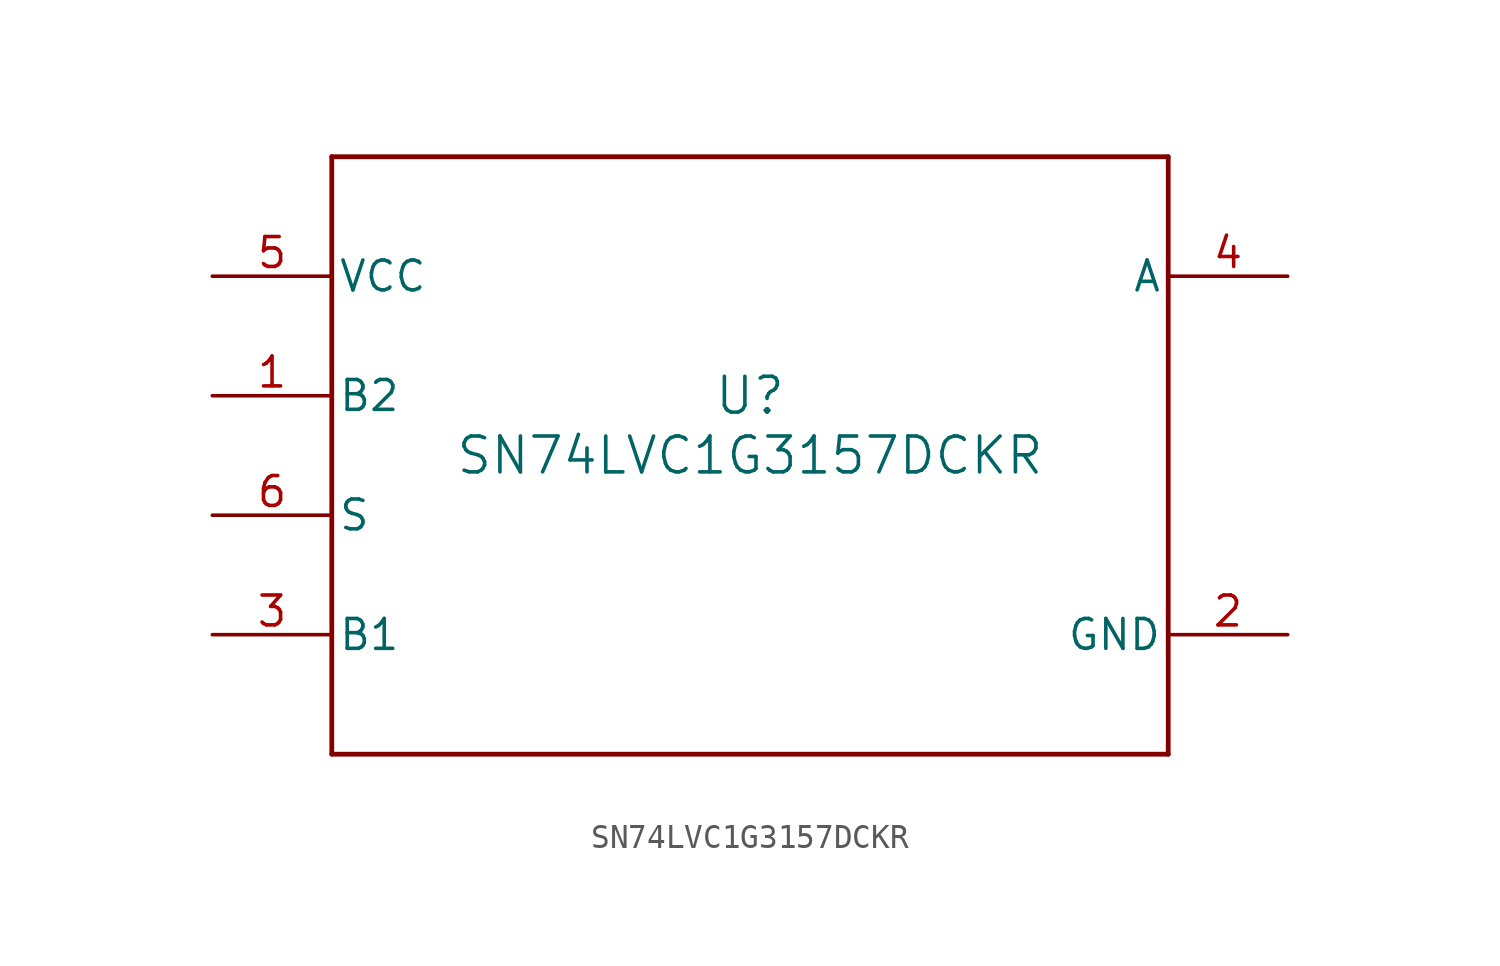
<source format=kicad_sym>
(kicad_symbol_lib
  (version 20241209)
  (generator "kicad_symbol_editor")
  (generator_version "9.0")
  (symbol "SN74LVC1G3157DCKR"
    (pin_names
      (offset 0.254))
    (property "Reference" "U"
      (at 0 2.54 0)
      (effects (font (size 1.524 1.524))))
    (property "Value" "SN74LVC1G3157DCKR"
      (at 0 0 0)
      (effects (font (size 1.524 1.524))))
    (property "ki_locked" ""
      (at 0 0 0)
      (effects (font (size 1.27 1.27))))
    (symbol "SN74LVC1G3157DCKR_0_1"
      (polyline (pts (xy -17.78 12.7) (xy -17.78 -12.7)) (stroke (width 0.203) (type default)) (fill (type none)))
      (polyline (pts (xy -17.78 -12.7) (xy 17.78 -12.7)) (stroke (width 0.203) (type default)) (fill (type none)))
      (polyline (pts (xy 17.78 12.7) (xy -17.78 12.7)) (stroke (width 0.203) (type default)) (fill (type none)))
      (polyline (pts (xy 17.78 -12.7) (xy 17.78 12.7)) (stroke (width 0.203) (type default)) (fill (type none)))
      (pin power_in line (at -22.86 7.62 0) (length 5.08) (name "VCC" (effects (font (size 1.27 1.27)))) (number "5" (effects (font (size 1.27 1.27)))))
      (pin input line (at -22.86 2.54 0) (length 5.08) (name "B2" (effects (font (size 1.27 1.27)))) (number "1" (effects (font (size 1.27 1.27)))))
      (pin input line (at -22.86 -2.54 0) (length 5.08) (name "S" (effects (font (size 1.27 1.27)))) (number "6" (effects (font (size 1.27 1.27)))))
      (pin input line (at -22.86 -7.62 0) (length 5.08) (name "B1" (effects (font (size 1.27 1.27)))) (number "3" (effects (font (size 1.27 1.27)))))
      (pin output line (at 22.86 7.62 180) (length 5.08) (name "A" (effects (font (size 1.27 1.27)))) (number "4" (effects (font (size 1.27 1.27)))))
      (pin power_in line (at 22.86 -7.62 180) (length 5.08) (name "GND" (effects (font (size 1.27 1.27)))) (number "2" (effects (font (size 1.27 1.27))))))))
</source>
